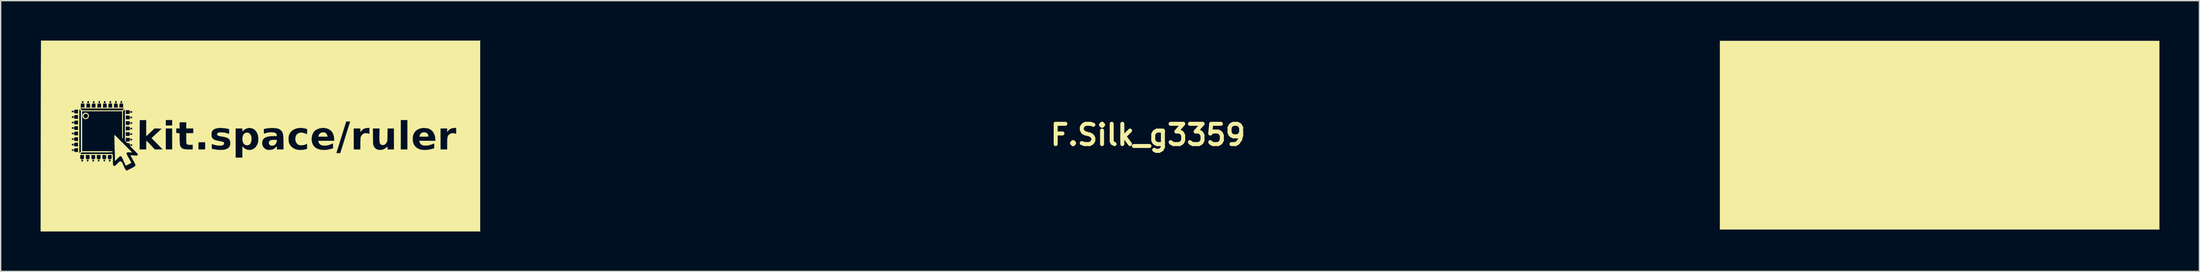
<source format=kicad_pcb>
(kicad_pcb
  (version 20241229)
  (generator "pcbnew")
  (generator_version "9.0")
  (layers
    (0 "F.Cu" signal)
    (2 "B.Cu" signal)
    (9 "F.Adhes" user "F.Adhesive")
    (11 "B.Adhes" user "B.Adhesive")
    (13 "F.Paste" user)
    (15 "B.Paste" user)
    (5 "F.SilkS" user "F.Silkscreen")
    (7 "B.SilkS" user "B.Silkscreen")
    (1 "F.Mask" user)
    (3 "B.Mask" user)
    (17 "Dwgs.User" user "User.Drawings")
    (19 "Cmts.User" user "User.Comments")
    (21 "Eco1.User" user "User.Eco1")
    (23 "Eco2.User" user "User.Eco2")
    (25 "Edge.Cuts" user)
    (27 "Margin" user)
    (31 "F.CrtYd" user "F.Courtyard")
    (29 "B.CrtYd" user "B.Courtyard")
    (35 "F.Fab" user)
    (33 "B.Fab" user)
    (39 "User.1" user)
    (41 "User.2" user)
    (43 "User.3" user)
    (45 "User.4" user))
  (footprint "F.Silk_g3359"
    (layer "F.Cu")
    (at 83.19 7.096)
    (property "Reference" "F.Silk_g3359" (at 0 0 0) (layer "F.SilkS") (effects (font (size 1.524 1.524) (thickness 0.3))))
    (attr through_hole)
    (fp_poly (pts (xy 75.988 7.112) (xy 42.968 7.112) (xy 42.968 -7.07) (xy 75.988 -7.07) (xy 75.988 7.112)) (stroke (width 0.01) (type solid)) (fill yes) (layer "F.SilkS"))
    (fp_poly (pts (xy -61.839 -0.175) (xy -61.753 -0.127) (xy -61.691 -0.044) (xy -61.65 0.069) (xy -61.637 0.127) (xy -62.319 0.127) (xy -62.305 0.069) (xy -62.258 -0.044) (xy -62.184 -0.124) (xy -62.082 -0.174) (xy -61.952 -0.19) (xy -61.949 -0.191) (xy -61.839 -0.175)) (stroke (width 0.01) (type solid)) (fill yes) (layer "F.SilkS"))
    (fp_poly (pts (xy -54.262 -0.176) (xy -54.191 -0.148) (xy -54.127 -0.088) (xy -54.08 -0.007) (xy -54.06 0.078) (xy -54.06 0.084) (xy -54.062 0.1) (xy -54.071 0.112) (xy -54.095 0.119) (xy -54.139 0.124) (xy -54.21 0.126) (xy -54.313 0.127) (xy -54.39 0.127) (xy -54.721 0.127) (xy -54.708 0.062) (xy -54.672 -0.03) (xy -54.61 -0.112) (xy -54.546 -0.159) (xy -54.462 -0.184) (xy -54.361 -0.19) (xy -54.262 -0.176)) (stroke (width 0.01) (type solid)) (fill yes) (layer "F.SilkS"))
    (fp_poly (pts (xy -65.447 0.451) (xy -65.464 0.539) (xy -65.506 0.632) (xy -65.566 0.714) (xy -65.615 0.757) (xy -65.686 0.791) (xy -65.774 0.804) (xy -65.801 0.804) (xy -65.875 0.801) (xy -65.924 0.786) (xy -65.966 0.754) (xy -65.978 0.742) (xy -66.028 0.668) (xy -66.041 0.586) (xy -66.021 0.509) (xy -65.97 0.443) (xy -65.893 0.401) (xy -65.868 0.394) (xy -65.815 0.388) (xy -65.736 0.383) (xy -65.645 0.381) (xy -65.625 0.381) (xy -65.447 0.381) (xy -65.447 0.451)) (stroke (width 0.01) (type solid)) (fill yes) (layer "F.SilkS"))
    (fp_poly (pts (xy -67.573 -0.149) (xy -67.484 -0.091) (xy -67.411 0.001) (xy -67.399 0.024) (xy -67.373 0.085) (xy -67.358 0.148) (xy -67.351 0.229) (xy -67.35 0.307) (xy -67.363 0.468) (xy -67.4 0.595) (xy -67.462 0.69) (xy -67.503 0.726) (xy -67.58 0.761) (xy -67.675 0.776) (xy -67.768 0.768) (xy -67.808 0.755) (xy -67.9 0.69) (xy -67.968 0.594) (xy -68.011 0.469) (xy -68.027 0.32) (xy -68.023 0.228) (xy -67.996 0.083) (xy -67.944 -0.03) (xy -67.868 -0.111) (xy -67.769 -0.158) (xy -67.675 -0.169) (xy -67.573 -0.149)) (stroke (width 0.01) (type solid)) (fill yes) (layer "F.SilkS"))
    (fp_poly (pts (xy -79.74 -1.664) (xy -79.655 -1.617) (xy -79.637 -1.6) (xy -79.591 -1.547) (xy -79.57 -1.496) (xy -79.566 -1.431) (xy -79.583 -1.33) (xy -79.635 -1.254) (xy -79.716 -1.205) (xy -79.78 -1.191) (xy -79.844 -1.188) (xy -79.89 -1.201) (xy -79.939 -1.236) (xy -79.953 -1.248) (xy -80.016 -1.327) (xy -80.043 -1.415) (xy -80.042 -1.433) (xy -79.97 -1.433) (xy -79.959 -1.366) (xy -79.917 -1.306) (xy -79.872 -1.273) (xy -79.811 -1.251) (xy -79.751 -1.262) (xy -79.728 -1.273) (xy -79.661 -1.328) (xy -79.631 -1.399) (xy -79.63 -1.422) (xy -79.638 -1.498) (xy -79.672 -1.549) (xy -79.718 -1.579) (xy -79.796 -1.602) (xy -79.864 -1.59) (xy -79.919 -1.553) (xy -79.955 -1.498) (xy -79.97 -1.433) (xy -80.042 -1.433) (xy -80.035 -1.503) (xy -79.992 -1.582) (xy -79.927 -1.636) (xy -79.832 -1.671) (xy -79.74 -1.664)) (stroke (width 0.01) (type solid)) (fill yes) (layer "F.SilkS"))
    (fp_poly (pts (xy -77.623 0.014) (xy -77.579 0.056) (xy -77.512 0.121) (xy -77.424 0.208) (xy -77.319 0.312) (xy -77.199 0.431) (xy -77.068 0.562) (xy -76.972 0.658) (xy -76.316 1.316) (xy -76.506 1.309) (xy -76.596 1.306) (xy -76.654 1.307) (xy -76.688 1.314) (xy -76.709 1.33) (xy -76.725 1.355) (xy -76.726 1.356) (xy -76.736 1.377) (xy -76.739 1.399) (xy -76.734 1.429) (xy -76.717 1.472) (xy -76.686 1.533) (xy -76.64 1.619) (xy -76.575 1.736) (xy -76.565 1.753) (xy -76.374 2.095) (xy -76.57 2.201) (xy -76.652 2.245) (xy -76.72 2.28) (xy -76.766 2.302) (xy -76.781 2.307) (xy -76.796 2.289) (xy -76.822 2.243) (xy -76.855 2.177) (xy -76.857 2.172) (xy -76.893 2.092) (xy -76.938 1.99) (xy -76.986 1.882) (xy -77.009 1.828) (xy -77.054 1.731) (xy -77.088 1.666) (xy -77.118 1.626) (xy -77.147 1.604) (xy -77.159 1.599) (xy -77.185 1.593) (xy -77.21 1.596) (xy -77.241 1.613) (xy -77.284 1.648) (xy -77.345 1.706) (xy -77.407 1.768) (xy -77.597 1.957) (xy -77.599 1.841) (xy -77.6 1.795) (xy -77.602 1.711) (xy -77.605 1.596) (xy -77.609 1.454) (xy -77.613 1.291) (xy -77.618 1.112) (xy -77.624 0.922) (xy -77.625 0.863) (xy -77.63 0.676) (xy -77.635 0.504) (xy -77.638 0.349) (xy -77.64 0.218) (xy -77.641 0.113) (xy -77.641 0.04) (xy -77.64 0.004) (xy -77.639 -0.000017) (xy -77.623 0.014)) (stroke (width 0.01) (type solid)) (fill yes) (layer "F.SilkS"))
    (fp_poly (pts (xy -50.165 7.26) (xy -83.185 7.26) (xy -83.185 5.403) (xy -83.185 5.209) (xy -83.185 4.975) (xy -83.184 4.705) (xy -83.184 4.4) (xy -83.184 4.064) (xy -83.183 3.699) (xy -83.182 3.308) (xy -83.182 2.894) (xy -83.181 2.46) (xy -83.18 2.007) (xy -83.18 1.923) (xy -80.137 1.923) (xy -80.132 1.971) (xy -80.123 1.997) (xy -80.084 2.01) (xy -80.036 2) (xy -80.014 1.985) (xy -79.994 1.945) (xy -79.99 1.923) (xy -79.714 1.923) (xy -79.706 1.981) (xy -79.68 2.006) (xy -79.64 2.006) (xy -79.607 1.988) (xy -79.591 1.939) (xy -79.591 1.931) (xy -79.59 1.903) (xy -79.311 1.903) (xy -79.301 1.971) (xy -79.27 2.003) (xy -79.229 2.007) (xy -79.189 1.994) (xy -79.171 1.959) (xy -79.167 1.931) (xy -79.167 1.923) (xy -78.888 1.923) (xy -78.881 1.981) (xy -78.855 2.006) (xy -78.815 2.006) (xy -78.781 1.988) (xy -78.766 1.939) (xy -78.765 1.931) (xy -78.765 1.923) (xy -78.465 1.923) (xy -78.458 1.981) (xy -78.432 2.006) (xy -78.392 2.006) (xy -78.358 1.988) (xy -78.343 1.939) (xy -78.342 1.931) (xy -78.342 1.923) (xy -78.063 1.923) (xy -78.058 1.971) (xy -78.049 1.997) (xy -78.01 2.01) (xy -77.962 2) (xy -77.94 1.985) (xy -77.919 1.945) (xy -77.915 1.911) (xy -77.921 1.878) (xy -77.948 1.865) (xy -77.989 1.863) (xy -78.038 1.866) (xy -78.059 1.884) (xy -78.063 1.923) (xy -78.342 1.923) (xy -78.341 1.884) (xy -78.358 1.866) (xy -78.4 1.863) (xy -78.446 1.868) (xy -78.463 1.891) (xy -78.465 1.923) (xy -78.765 1.923) (xy -78.764 1.884) (xy -78.782 1.866) (xy -78.823 1.863) (xy -78.869 1.868) (xy -78.886 1.891) (xy -78.888 1.923) (xy -79.167 1.923) (xy -79.166 1.886) (xy -79.182 1.867) (xy -79.227 1.863) (xy -79.236 1.863) (xy -79.288 1.867) (xy -79.309 1.886) (xy -79.311 1.903) (xy -79.59 1.903) (xy -79.59 1.884) (xy -79.607 1.866) (xy -79.649 1.863) (xy -79.695 1.868) (xy -79.712 1.891) (xy -79.714 1.923) (xy -79.99 1.923) (xy -79.989 1.911) (xy -79.995 1.878) (xy -80.022 1.865) (xy -80.063 1.863) (xy -80.113 1.866) (xy -80.133 1.884) (xy -80.137 1.923) (xy -83.18 1.923) (xy -83.179 1.726) (xy -80.218 1.726) (xy -80.208 1.779) (xy -80.189 1.807) (xy -80.14 1.832) (xy -80.071 1.841) (xy -80 1.832) (xy -79.966 1.82) (xy -79.944 1.801) (xy -79.932 1.769) (xy -79.926 1.712) (xy -79.925 1.649) (xy -79.925 1.503) (xy -79.798 1.503) (xy -79.798 1.65) (xy -79.796 1.733) (xy -79.788 1.783) (xy -79.772 1.811) (xy -79.761 1.819) (xy -79.701 1.837) (xy -79.625 1.839) (xy -79.557 1.826) (xy -79.543 1.82) (xy -79.521 1.801) (xy -79.508 1.769) (xy -79.503 1.712) (xy -79.502 1.659) (xy -79.375 1.659) (xy -79.373 1.742) (xy -79.368 1.792) (xy -79.355 1.818) (xy -79.338 1.828) (xy -79.283 1.835) (xy -79.215 1.832) (xy -79.151 1.821) (xy -79.106 1.804) (xy -79.097 1.796) (xy -79.088 1.761) (xy -79.083 1.698) (xy -79.084 1.64) (xy -79.089 1.513) (xy -79.331 1.503) (xy -78.973 1.503) (xy -78.973 1.65) (xy -78.971 1.733) (xy -78.963 1.783) (xy -78.946 1.811) (xy -78.936 1.819) (xy -78.876 1.837) (xy -78.799 1.839) (xy -78.731 1.826) (xy -78.717 1.82) (xy -78.695 1.801) (xy -78.683 1.769) (xy -78.677 1.712) (xy -78.677 1.65) (xy -78.677 1.649) (xy -78.549 1.649) (xy -78.547 1.732) (xy -78.539 1.782) (xy -78.523 1.81) (xy -78.512 1.819) (xy -78.454 1.837) (xy -78.381 1.839) (xy -78.314 1.828) (xy -78.288 1.814) (xy -78.267 1.791) (xy -78.257 1.751) (xy -78.257 1.726) (xy -78.143 1.726) (xy -78.133 1.779) (xy -78.115 1.807) (xy -78.066 1.832) (xy -77.996 1.841) (xy -77.926 1.832) (xy -77.892 1.82) (xy -77.87 1.801) (xy -77.857 1.769) (xy -77.852 1.712) (xy -77.851 1.649) (xy -77.851 1.501) (xy -78.137 1.513) (xy -78.143 1.643) (xy -78.143 1.726) (xy -78.257 1.726) (xy -78.256 1.684) (xy -78.257 1.65) (xy -78.264 1.513) (xy -78.549 1.501) (xy -78.549 1.649) (xy -78.677 1.649) (xy -78.677 1.503) (xy -78.973 1.503) (xy -79.331 1.503) (xy -79.375 1.501) (xy -79.375 1.659) (xy -79.502 1.659) (xy -79.502 1.65) (xy -79.502 1.503) (xy -79.798 1.503) (xy -79.925 1.503) (xy -79.925 1.501) (xy -80.211 1.513) (xy -80.217 1.643) (xy -80.218 1.726) (xy -83.179 1.726) (xy -83.179 1.54) (xy -83.179 1.439) (xy -80.23 1.439) (xy -77.793 1.439) (xy -77.78 1.505) (xy -77.775 1.55) (xy -77.77 1.627) (xy -77.767 1.728) (xy -77.765 1.842) (xy -77.764 1.892) (xy -77.763 2.036) (xy -77.759 2.143) (xy -77.752 2.22) (xy -77.741 2.272) (xy -77.724 2.306) (xy -77.701 2.326) (xy -77.675 2.338) (xy -77.65 2.344) (xy -77.625 2.341) (xy -77.594 2.324) (xy -77.552 2.29) (xy -77.492 2.233) (xy -77.416 2.158) (xy -77.343 2.087) (xy -77.282 2.031) (xy -77.238 1.995) (xy -77.217 1.983) (xy -77.216 1.985) (xy -77.198 2.004) (xy -77.157 2.011) (xy -77.134 2.013) (xy -77.114 2.023) (xy -77.092 2.047) (xy -77.067 2.09) (xy -77.034 2.158) (xy -76.989 2.256) (xy -76.959 2.323) (xy -76.898 2.456) (xy -76.85 2.552) (xy -76.811 2.617) (xy -76.781 2.653) (xy -76.769 2.661) (xy -76.73 2.681) (xy -76.712 2.688) (xy -76.691 2.679) (xy -76.64 2.653) (xy -76.564 2.614) (xy -76.469 2.566) (xy -76.389 2.524) (xy -76.263 2.459) (xy -76.169 2.406) (xy -76.105 2.36) (xy -76.07 2.314) (xy -76.062 2.26) (xy -76.08 2.193) (xy -76.121 2.106) (xy -76.184 1.991) (xy -76.232 1.907) (xy -76.305 1.778) (xy -76.358 1.682) (xy -76.395 1.613) (xy -76.417 1.568) (xy -76.426 1.542) (xy -76.423 1.53) (xy -76.411 1.528) (xy -76.391 1.532) (xy -76.388 1.532) (xy -76.345 1.538) (xy -76.272 1.545) (xy -76.182 1.552) (xy -76.134 1.556) (xy -75.931 1.568) (xy -75.877 1.438) (xy -76.176 1.134) (xy -76.209 1.101) (xy -75.756 1.101) (xy -75.248 1.101) (xy -75.248 0.773) (xy -75.247 0.66) (xy -75.244 0.565) (xy -75.24 0.493) (xy -75.235 0.453) (xy -75.232 0.447) (xy -75.213 0.462) (xy -75.17 0.504) (xy -75.108 0.568) (xy -75.03 0.649) (xy -74.941 0.743) (xy -74.912 0.775) (xy -74.608 1.101) (xy -74.011 1.101) (xy -74.095 1.011) (xy -74.134 0.969) (xy -74.198 0.903) (xy -74.28 0.819) (xy -74.374 0.722) (xy -74.476 0.618) (xy -74.513 0.58) (xy -74.849 0.24) (xy -74.465 -0.118) (xy -74.081 -0.476) (xy -74.359 -0.482) (xy -74.578 -0.487) (xy -73.787 -0.487) (xy -73.787 1.101) (xy -73.3 1.101) (xy -73.3 -0.487) (xy -73.006 -0.487) (xy -72.993 -0.138) (xy -72.874 -0.131) (xy -72.755 -0.125) (xy -72.747 0.313) (xy -72.744 0.461) (xy -72.74 0.574) (xy -72.736 0.658) (xy -72.73 0.719) (xy -72.722 0.766) (xy -72.71 0.804) (xy -72.694 0.84) (xy -72.686 0.856) (xy -72.638 0.935) (xy -72.581 0.995) (xy -72.507 1.04) (xy -72.413 1.07) (xy -72.29 1.089) (xy -72.135 1.098) (xy -72.035 1.099) (xy -71.755 1.101) (xy -71.755 0.741) (xy -71.946 0.741) (xy -72.039 0.74) (xy -72.101 0.735) (xy -72.141 0.725) (xy -72.17 0.707) (xy -72.19 0.689) (xy -72.208 0.669) (xy -72.222 0.648) (xy -72.231 0.619) (xy -72.237 0.576) (xy -72.238 0.55) (xy -71.332 0.55) (xy -71.332 1.101) (xy -70.824 1.101) (xy -70.824 0.55) (xy -71.332 0.55) (xy -72.238 0.55) (xy -72.24 0.512) (xy -72.242 0.42) (xy -72.242 0.294) (xy -72.242 0.255) (xy -72.242 -0.037) (xy -70.358 -0.037) (xy -70.35 0.086) (xy -70.323 0.187) (xy -70.273 0.269) (xy -70.197 0.334) (xy -70.091 0.386) (xy -69.95 0.429) (xy -69.771 0.465) (xy -69.756 0.468) (xy -69.652 0.487) (xy -69.561 0.507) (xy -69.491 0.527) (xy -69.453 0.542) (xy -69.414 0.589) (xy -69.407 0.651) (xy -69.429 0.714) (xy -69.452 0.74) (xy -69.522 0.78) (xy -69.624 0.801) (xy -69.751 0.806) (xy -69.896 0.793) (xy -70.054 0.763) (xy -70.216 0.717) (xy -70.301 0.687) (xy -70.319 0.683) (xy -70.329 0.694) (xy -70.334 0.727) (xy -70.334 0.789) (xy -70.332 0.86) (xy -70.326 1.047) (xy -70.199 1.075) (xy -70.001 1.111) (xy -69.802 1.131) (xy -69.613 1.135) (xy -69.442 1.123) (xy -69.301 1.095) (xy -69.292 1.093) (xy -69.151 1.033) (xy -69.046 0.951) (xy -68.975 0.845) (xy -68.938 0.714) (xy -68.932 0.614) (xy -68.942 0.494) (xy -68.971 0.396) (xy -69.024 0.316) (xy -69.103 0.251) (xy -69.213 0.199) (xy -69.357 0.157) (xy -69.539 0.122) (xy -69.578 0.116) (xy -69.701 0.096) (xy -69.789 0.077) (xy -69.849 0.057) (xy -69.887 0.034) (xy -69.911 0.004) (xy -69.913 0.000214) (xy -69.927 -0.063) (xy -69.901 -0.12) (xy -69.845 -0.161) (xy -69.777 -0.181) (xy -69.679 -0.189) (xy -69.56 -0.187) (xy -69.433 -0.175) (xy -69.306 -0.153) (xy -69.19 -0.122) (xy -69.189 -0.122) (xy -69.025 -0.068) (xy -69.025 -0.439) (xy -69.114 -0.462) (xy -69.245 -0.487) (xy -68.538 -0.487) (xy -68.538 1.714) (xy -68.03 1.714) (xy -68.03 1.376) (xy -60.978 1.376) (xy -60.673 1.376) (xy -60.305 0.196) (xy -60.238 -0.019) (xy -60.175 -0.222) (xy -60.116 -0.409) (xy -60.092 -0.487) (xy -59.669 -0.487) (xy -59.669 1.101) (xy -59.161 1.101) (xy -59.161 0.672) (xy -59.16 0.536) (xy -59.157 0.41) (xy -59.152 0.3) (xy -59.146 0.217) (xy -59.139 0.167) (xy -59.138 0.163) (xy -59.098 0.076) (xy -59.033 -0.009) (xy -58.955 -0.075) (xy -58.913 -0.098) (xy -58.822 -0.121) (xy -58.713 -0.124) (xy -58.604 -0.109) (xy -58.563 -0.097) (xy -58.483 -0.068) (xy -58.483 -0.487) (xy -58.232 -0.487) (xy -58.225 0.122) (xy -58.223 0.299) (xy -58.221 0.439) (xy -58.219 0.548) (xy -58.215 0.631) (xy -58.21 0.693) (xy -58.203 0.74) (xy -58.194 0.777) (xy -58.182 0.81) (xy -58.17 0.839) (xy -58.101 0.956) (xy -58.014 1.04) (xy -57.899 1.1) (xy -57.887 1.104) (xy -57.749 1.134) (xy -57.6 1.132) (xy -57.458 1.099) (xy -57.421 1.085) (xy -57.345 1.043) (xy -57.267 0.988) (xy -57.24 0.965) (xy -57.191 0.923) (xy -57.154 0.895) (xy -57.142 0.889) (xy -57.135 0.908) (xy -57.13 0.957) (xy -57.129 0.995) (xy -57.129 1.101) (xy -56.642 1.101) (xy -56.642 -0.487) (xy -57.124 -0.487) (xy -57.132 -0.016) (xy -57.135 0.138) (xy -57.138 0.256) (xy -57.141 0.344) (xy -57.147 0.41) (xy -57.154 0.458) (xy -57.165 0.497) (xy -57.179 0.531) (xy -57.193 0.56) (xy -57.255 0.657) (xy -57.328 0.719) (xy -57.422 0.751) (xy -57.463 0.757) (xy -57.531 0.76) (xy -57.578 0.749) (xy -57.623 0.717) (xy -57.636 0.705) (xy -57.67 0.672) (xy -57.692 0.639) (xy -57.706 0.595) (xy -57.716 0.528) (xy -57.724 0.454) (xy -57.729 0.367) (xy -57.732 0.25) (xy -57.733 0.115) (xy -57.731 -0.026) (xy -57.728 -0.111) (xy -57.715 -0.487) (xy -58.232 -0.487) (xy -58.483 -0.487) (xy -58.483 -0.535) (xy -58.648 -0.525) (xy -58.786 -0.507) (xy -58.897 -0.469) (xy -58.995 -0.405) (xy -59.072 -0.33) (xy -59.161 -0.234) (xy -59.161 -0.487) (xy -59.669 -0.487) (xy -60.092 -0.487) (xy -60.063 -0.577) (xy -60.018 -0.722) (xy -59.98 -0.84) (xy -59.952 -0.928) (xy -59.935 -0.983) (xy -59.929 -1) (xy -59.944 -1.008) (xy -59.992 -1.013) (xy -60.062 -1.016) (xy -60.076 -1.016) (xy -60.232 -1.016) (xy -60.557 0.026) (xy -60.622 0.234) (xy -60.684 0.433) (xy -60.743 0.621) (xy -60.796 0.791) (xy -60.842 0.94) (xy -60.881 1.064) (xy -60.91 1.157) (xy -60.928 1.215) (xy -60.93 1.222) (xy -60.978 1.376) (xy -68.03 1.376) (xy -68.03 0.868) (xy -67.943 0.955) (xy -67.817 1.053) (xy -67.679 1.114) (xy -67.533 1.139) (xy -67.387 1.129) (xy -67.246 1.084) (xy -67.117 1.005) (xy -67.006 0.893) (xy -66.972 0.845) (xy -66.894 0.692) (xy -66.865 0.592) (xy -66.55 0.592) (xy -66.538 0.737) (xy -66.491 0.867) (xy -66.412 0.976) (xy -66.317 1.052) (xy -66.247 1.09) (xy -66.183 1.119) (xy -66.149 1.129) (xy -66.059 1.136) (xy -65.951 1.131) (xy -65.841 1.117) (xy -65.747 1.095) (xy -65.715 1.083) (xy -65.645 1.043) (xy -65.57 0.986) (xy -65.534 0.952) (xy -65.447 0.863) (xy -65.447 1.101) (xy -64.939 1.101) (xy -64.939 0.607) (xy -64.941 0.405) (xy -64.945 0.247) (xy -64.567 0.247) (xy -64.566 0.402) (xy -64.546 0.547) (xy -64.518 0.639) (xy -64.439 0.787) (xy -64.327 0.912) (xy -64.188 1.012) (xy -64.026 1.085) (xy -63.846 1.129) (xy -63.652 1.142) (xy -63.455 1.122) (xy -63.369 1.105) (xy -63.283 1.085) (xy -63.251 1.077) (xy -63.161 1.053) (xy -63.161 0.853) (xy -63.163 0.768) (xy -63.167 0.702) (xy -63.173 0.666) (xy -63.177 0.661) (xy -63.275 0.71) (xy -63.35 0.742) (xy -63.413 0.761) (xy -63.479 0.77) (xy -63.56 0.772) (xy -63.588 0.772) (xy -63.68 0.771) (xy -63.742 0.766) (xy -63.788 0.753) (xy -63.831 0.73) (xy -63.861 0.709) (xy -63.955 0.62) (xy -64.016 0.508) (xy -64.045 0.369) (xy -64.047 0.346) (xy -64.046 0.328) (xy -62.835 0.328) (xy -62.817 0.506) (xy -62.766 0.676) (xy -62.757 0.697) (xy -62.674 0.835) (xy -62.559 0.948) (xy -62.414 1.036) (xy -62.244 1.098) (xy -62.051 1.132) (xy -61.839 1.137) (xy -61.669 1.121) (xy -61.568 1.103) (xy -61.454 1.078) (xy -61.367 1.055) (xy -61.214 1.01) (xy -61.214 0.822) (xy -61.215 0.739) (xy -61.217 0.675) (xy -61.22 0.639) (xy -61.222 0.635) (xy -61.244 0.643) (xy -61.293 0.663) (xy -61.347 0.687) (xy -61.524 0.753) (xy -61.693 0.792) (xy -61.85 0.806) (xy -61.99 0.795) (xy -62.111 0.76) (xy -62.207 0.701) (xy -62.274 0.619) (xy -62.308 0.519) (xy -62.32 0.445) (xy -61.123 0.445) (xy -61.135 0.259) (xy -61.163 0.06) (xy -61.223 -0.111) (xy -61.314 -0.254) (xy -61.438 -0.37) (xy -61.563 -0.446) (xy -61.719 -0.502) (xy -61.889 -0.528) (xy -62.066 -0.525) (xy -62.24 -0.494) (xy -62.401 -0.437) (xy -62.542 -0.356) (xy -62.611 -0.296) (xy -62.709 -0.17) (xy -62.78 -0.018) (xy -62.822 0.151) (xy -62.835 0.328) (xy -64.046 0.328) (xy -64.041 0.202) (xy -64.007 0.075) (xy -63.946 -0.027) (xy -63.913 -0.06) (xy -63.799 -0.133) (xy -63.668 -0.168) (xy -63.519 -0.164) (xy -63.353 -0.123) (xy -63.177 -0.047) (xy -63.17 -0.063) (xy -63.165 -0.113) (xy -63.162 -0.187) (xy -63.161 -0.24) (xy -63.161 -0.441) (xy -63.23 -0.463) (xy -63.44 -0.513) (xy -63.644 -0.53) (xy -63.839 -0.517) (xy -64.02 -0.474) (xy -64.182 -0.404) (xy -64.321 -0.306) (xy -64.433 -0.184) (xy -64.513 -0.038) (xy -64.516 -0.031) (xy -64.551 0.097) (xy -64.567 0.247) (xy -64.945 0.247) (xy -64.945 0.239) (xy -64.952 0.105) (xy -64.964 -0.002) (xy -64.98 -0.089) (xy -65.001 -0.159) (xy -65.025 -0.214) (xy -65.093 -0.309) (xy -65.191 -0.394) (xy -65.304 -0.459) (xy -65.347 -0.475) (xy -65.464 -0.502) (xy -65.61 -0.518) (xy -65.776 -0.524) (xy -65.949 -0.519) (xy -66.12 -0.504) (xy -66.276 -0.479) (xy -66.342 -0.464) (xy -66.421 -0.443) (xy -66.421 -0.264) (xy -66.42 -0.183) (xy -66.417 -0.121) (xy -66.413 -0.088) (xy -66.411 -0.085) (xy -66.387 -0.091) (xy -66.334 -0.108) (xy -66.262 -0.131) (xy -66.243 -0.138) (xy -66.151 -0.165) (xy -66.064 -0.181) (xy -65.965 -0.189) (xy -65.872 -0.191) (xy -65.728 -0.186) (xy -65.62 -0.17) (xy -65.543 -0.141) (xy -65.493 -0.095) (xy -65.463 -0.031) (xy -65.454 0.009) (xy -65.442 0.085) (xy -65.693 0.085) (xy -65.921 0.095) (xy -66.112 0.123) (xy -66.266 0.17) (xy -66.386 0.236) (xy -66.471 0.323) (xy -66.523 0.429) (xy -66.526 0.44) (xy -66.55 0.592) (xy -66.865 0.592) (xy -66.846 0.525) (xy -66.825 0.351) (xy -66.832 0.176) (xy -66.865 0.008) (xy -66.923 -0.148) (xy -67.005 -0.283) (xy -67.11 -0.392) (xy -67.157 -0.425) (xy -67.288 -0.492) (xy -67.419 -0.523) (xy -67.554 -0.524) (xy -67.706 -0.493) (xy -67.847 -0.423) (xy -67.946 -0.346) (xy -68.03 -0.27) (xy -68.03 -0.487) (xy -68.538 -0.487) (xy -69.245 -0.487) (xy -69.31 -0.499) (xy -69.519 -0.521) (xy -69.72 -0.525) (xy -69.763 -0.524) (xy -69.947 -0.503) (xy -70.095 -0.461) (xy -70.208 -0.399) (xy -70.289 -0.313) (xy -70.338 -0.203) (xy -70.357 -0.067) (xy -70.358 -0.037) (xy -72.242 -0.037) (xy -72.242 -0.127) (xy -71.713 -0.127) (xy -71.713 -0.487) (xy -72.242 -0.487) (xy -72.242 -0.953) (xy -72.75 -0.953) (xy -72.75 -0.487) (xy -73.006 -0.487) (xy -73.3 -0.487) (xy -73.787 -0.487) (xy -74.578 -0.487) (xy -74.637 -0.488) (xy -74.942 -0.199) (xy -75.248 0.09) (xy -75.248 -1.122) (xy -73.787 -1.122) (xy -73.787 -0.699) (xy -73.3 -0.699) (xy -73.3 -1.122) (xy -56.134 -1.122) (xy -56.134 1.101) (xy -55.626 1.101) (xy -55.626 0.222) (xy -55.239 0.222) (xy -55.236 0.424) (xy -55.198 0.604) (xy -55.127 0.761) (xy -55.025 0.893) (xy -54.894 0.999) (xy -54.736 1.077) (xy -54.553 1.125) (xy -54.346 1.142) (xy -54.119 1.127) (xy -54.081 1.121) (xy -53.988 1.104) (xy -53.879 1.08) (xy -53.779 1.055) (xy -53.615 1.011) (xy -53.615 0.823) (xy -53.616 0.74) (xy -53.618 0.675) (xy -53.621 0.639) (xy -53.623 0.635) (xy -53.645 0.643) (xy -53.694 0.663) (xy -53.753 0.689) (xy -53.919 0.75) (xy -54.084 0.788) (xy -54.243 0.804) (xy -54.387 0.796) (xy -54.511 0.765) (xy -54.607 0.711) (xy -54.617 0.703) (xy -54.675 0.627) (xy -54.718 0.525) (xy -54.724 0.503) (xy -54.738 0.445) (xy -53.531 0.445) (xy -53.531 0.355) (xy -53.547 0.157) (xy -53.596 -0.022) (xy -53.673 -0.18) (xy -53.776 -0.312) (xy -53.904 -0.413) (xy -54.013 -0.467) (xy -54.086 -0.487) (xy -53.15 -0.487) (xy -53.15 1.101) (xy -52.642 1.101) (xy -52.642 0.681) (xy -52.64 0.503) (xy -52.635 0.362) (xy -52.626 0.251) (xy -52.611 0.165) (xy -52.59 0.097) (xy -52.56 0.043) (xy -52.522 -0.003) (xy -52.508 -0.017) (xy -52.408 -0.085) (xy -52.289 -0.122) (xy -52.158 -0.124) (xy -52.044 -0.097) (xy -51.964 -0.068) (xy -51.964 -0.535) (xy -52.128 -0.525) (xy -52.268 -0.507) (xy -52.381 -0.468) (xy -52.479 -0.402) (xy -52.554 -0.326) (xy -52.642 -0.227) (xy -52.642 -0.487) (xy -53.15 -0.487) (xy -54.086 -0.487) (xy -54.138 -0.501) (xy -54.284 -0.521) (xy -54.434 -0.526) (xy -54.571 -0.514) (xy -54.593 -0.509) (xy -54.778 -0.452) (xy -54.934 -0.365) (xy -55.06 -0.249) (xy -55.154 -0.105) (xy -55.214 0.064) (xy -55.239 0.222) (xy -55.626 0.222) (xy -55.626 -1.122) (xy -56.134 -1.122) (xy -73.3 -1.122) (xy -73.787 -1.122) (xy -75.248 -1.122) (xy -75.248 -1.123) (xy -75.496 -1.117) (xy -75.745 -1.111) (xy -75.75 -0.005) (xy -75.756 1.101) (xy -76.209 1.101) (xy -76.278 1.03) (xy -76.354 0.951) (xy -76.407 0.892) (xy -76.442 0.848) (xy -76.462 0.814) (xy -76.472 0.785) (xy -76.475 0.762) (xy -76.454 0.762) (xy -76.45 0.805) (xy -76.428 0.822) (xy -76.382 0.826) (xy -76.324 0.816) (xy -76.298 0.794) (xy -76.294 0.741) (xy -76.326 0.709) (xy -76.382 0.699) (xy -76.431 0.702) (xy -76.451 0.721) (xy -76.454 0.762) (xy -76.475 0.762) (xy -76.475 0.756) (xy -76.475 0.747) (xy -76.484 0.673) (xy -76.516 0.631) (xy -76.576 0.615) (xy -76.602 0.614) (xy -76.665 0.604) (xy -76.724 0.581) (xy -76.763 0.549) (xy -76.772 0.528) (xy -76.752 0.517) (xy -76.702 0.51) (xy -76.647 0.508) (xy -76.561 0.503) (xy -76.508 0.483) (xy -76.483 0.441) (xy -76.478 0.369) (xy -76.479 0.348) (xy -76.454 0.348) (xy -76.451 0.398) (xy -76.433 0.419) (xy -76.393 0.423) (xy -76.339 0.412) (xy -76.304 0.39) (xy -76.289 0.347) (xy -76.31 0.309) (xy -76.361 0.284) (xy -76.387 0.279) (xy -76.432 0.278) (xy -76.45 0.294) (xy -76.454 0.34) (xy -76.454 0.348) (xy -76.479 0.348) (xy -76.479 0.335) (xy -76.486 0.222) (xy -76.639 0.216) (xy -76.793 0.21) (xy -76.793 0.361) (xy -76.794 0.439) (xy -76.798 0.482) (xy -76.807 0.496) (xy -76.823 0.488) (xy -76.824 0.487) (xy -76.831 0.477) (xy -76.837 0.457) (xy -76.842 0.424) (xy -76.846 0.374) (xy -76.849 0.305) (xy -76.852 0.214) (xy -76.853 0.096) (xy -76.855 -0.051) (xy -76.855 -0.212) (xy -76.793 -0.212) (xy -76.793 0.085) (xy -76.659 0.085) (xy -76.583 0.081) (xy -76.525 0.07) (xy -76.501 0.059) (xy -76.485 0.022) (xy -76.477 -0.039) (xy -76.476 -0.064) (xy -76.454 -0.064) (xy -76.45 -0.02) (xy -76.428 -0.003) (xy -76.382 0) (xy -76.324 -0.009) (xy -76.298 -0.032) (xy -76.294 -0.084) (xy -76.326 -0.117) (xy -76.382 -0.127) (xy -76.431 -0.123) (xy -76.451 -0.104) (xy -76.454 -0.064) (xy -76.476 -0.064) (xy -76.476 -0.108) (xy -76.484 -0.167) (xy -76.488 -0.178) (xy -76.505 -0.197) (xy -76.545 -0.207) (xy -76.615 -0.211) (xy -76.647 -0.212) (xy -76.793 -0.212) (xy -76.855 -0.212) (xy -76.856 -0.23) (xy -76.856 -0.444) (xy -76.856 -0.635) (xy -76.793 -0.635) (xy -76.793 -0.337) (xy -76.639 -0.343) (xy -76.486 -0.349) (xy -76.479 -0.462) (xy -76.479 -0.492) (xy -76.454 -0.492) (xy -76.45 -0.443) (xy -76.44 -0.416) (xy -76.4 -0.403) (xy -76.345 -0.415) (xy -76.315 -0.433) (xy -76.29 -0.469) (xy -76.3 -0.507) (xy -76.341 -0.535) (xy -76.387 -0.546) (xy -76.434 -0.547) (xy -76.451 -0.529) (xy -76.454 -0.492) (xy -76.479 -0.492) (xy -76.479 -0.545) (xy -76.495 -0.596) (xy -76.535 -0.623) (xy -76.605 -0.634) (xy -76.658 -0.635) (xy -76.793 -0.635) (xy -76.856 -0.635) (xy -76.856 -0.697) (xy -76.856 -0.737) (xy -76.856 -0.741) (xy -76.793 -0.741) (xy -76.658 -0.741) (xy -76.563 -0.746) (xy -76.508 -0.762) (xy -76.498 -0.771) (xy -76.484 -0.81) (xy -76.478 -0.876) (xy -76.479 -0.889) (xy -76.454 -0.889) (xy -76.449 -0.844) (xy -76.424 -0.827) (xy -76.393 -0.826) (xy -76.339 -0.836) (xy -76.306 -0.857) (xy -76.287 -0.901) (xy -76.306 -0.934) (xy -76.358 -0.951) (xy -76.379 -0.953) (xy -76.429 -0.949) (xy -76.45 -0.931) (xy -76.454 -0.889) (xy -76.479 -0.889) (xy -76.479 -0.914) (xy -76.486 -1.027) (xy -76.639 -1.033) (xy -76.793 -1.039) (xy -76.793 -0.741) (xy -76.856 -0.741) (xy -76.856 -1.46) (xy -76.793 -1.46) (xy -76.793 -1.162) (xy -76.639 -1.169) (xy -76.486 -1.175) (xy -76.479 -1.288) (xy -76.479 -1.312) (xy -76.454 -1.312) (xy -76.45 -1.269) (xy -76.428 -1.252) (xy -76.382 -1.249) (xy -76.324 -1.258) (xy -76.298 -1.281) (xy -76.294 -1.333) (xy -76.326 -1.366) (xy -76.382 -1.376) (xy -76.431 -1.372) (xy -76.451 -1.353) (xy -76.454 -1.312) (xy -76.479 -1.312) (xy -76.479 -1.37) (xy -76.495 -1.422) (xy -76.535 -1.449) (xy -76.605 -1.459) (xy -76.658 -1.46) (xy -76.793 -1.46) (xy -76.856 -1.46) (xy -76.856 -1.566) (xy -76.793 -1.566) (xy -76.67 -1.566) (xy -76.596 -1.571) (xy -76.535 -1.582) (xy -76.51 -1.593) (xy -76.487 -1.62) (xy -76.478 -1.665) (xy -76.479 -1.726) (xy -76.454 -1.726) (xy -76.451 -1.676) (xy -76.433 -1.655) (xy -76.393 -1.651) (xy -76.339 -1.662) (xy -76.304 -1.685) (xy -76.289 -1.727) (xy -76.31 -1.766) (xy -76.361 -1.791) (xy -76.387 -1.795) (xy -76.432 -1.796) (xy -76.45 -1.78) (xy -76.454 -1.735) (xy -76.454 -1.726) (xy -76.479 -1.726) (xy -76.479 -1.736) (xy -76.486 -1.852) (xy -76.639 -1.858) (xy -76.793 -1.865) (xy -76.793 -1.566) (xy -76.856 -1.566) (xy -76.856 -1.934) (xy -76.93 -1.863) (xy -77.004 -1.791) (xy -77.004 -0.745) (xy -77.004 -0.506) (xy -77.005 -0.306) (xy -77.006 -0.142) (xy -77.007 -0.011) (xy -77.009 0.091) (xy -77.011 0.167) (xy -77.015 0.221) (xy -77.019 0.255) (xy -77.024 0.273) (xy -77.031 0.278) (xy -77.036 0.275) (xy -77.044 0.264) (xy -77.05 0.243) (xy -77.055 0.208) (xy -77.059 0.156) (xy -77.062 0.083) (xy -77.064 -0.014) (xy -77.066 -0.139) (xy -77.067 -0.296) (xy -77.068 -0.487) (xy -77.068 -0.716) (xy -77.068 -0.765) (xy -77.068 -1.778) (xy -80.073 -1.778) (xy -80.073 1.228) (xy -78.93 1.228) (xy -78.682 1.228) (xy -78.472 1.228) (xy -78.298 1.228) (xy -78.156 1.229) (xy -78.043 1.23) (xy -77.956 1.232) (xy -77.892 1.235) (xy -77.846 1.239) (xy -77.816 1.243) (xy -77.799 1.249) (xy -77.79 1.256) (xy -77.788 1.265) (xy -77.787 1.27) (xy -77.788 1.279) (xy -77.793 1.287) (xy -77.805 1.293) (xy -77.827 1.299) (xy -77.863 1.303) (xy -77.916 1.306) (xy -77.989 1.308) (xy -78.086 1.31) (xy -78.21 1.311) (xy -78.364 1.312) (xy -78.552 1.312) (xy -78.776 1.312) (xy -78.948 1.312) (xy -80.108 1.312) (xy -80.23 1.439) (xy -83.179 1.439) (xy -83.178 1.384) (xy -80.285 1.384) (xy -80.222 1.323) (xy -80.158 1.262) (xy -80.158 -1.812) (xy -80.285 -1.934) (xy -80.285 1.384) (xy -83.178 1.384) (xy -83.178 1.164) (xy -80.853 1.164) (xy -80.821 1.197) (xy -80.773 1.206) (xy -80.727 1.201) (xy -80.711 1.177) (xy -80.709 1.143) (xy -80.687 1.143) (xy -80.681 1.216) (xy -80.658 1.26) (xy -80.61 1.283) (xy -80.53 1.291) (xy -80.507 1.291) (xy -80.37 1.291) (xy -80.37 0.995) (xy -80.507 0.995) (xy -80.595 1) (xy -80.65 1.019) (xy -80.678 1.058) (xy -80.687 1.124) (xy -80.687 1.143) (xy -80.709 1.143) (xy -80.714 1.098) (xy -80.738 1.082) (xy -80.773 1.079) (xy -80.825 1.089) (xy -80.849 1.111) (xy -80.853 1.164) (xy -83.178 1.164) (xy -83.178 1.06) (xy -83.177 0.717) (xy -80.853 0.717) (xy -80.845 0.77) (xy -80.801 0.799) (xy -80.756 0.804) (xy -80.724 0.798) (xy -80.711 0.771) (xy -80.709 0.729) (xy -80.709 0.719) (xy -80.687 0.719) (xy -80.685 0.793) (xy -80.671 0.837) (xy -80.638 0.859) (xy -80.576 0.867) (xy -80.516 0.868) (xy -80.37 0.868) (xy -80.37 0.572) (xy -80.495 0.572) (xy -80.589 0.578) (xy -80.647 0.602) (xy -80.678 0.646) (xy -80.687 0.718) (xy -80.687 0.719) (xy -80.709 0.719) (xy -80.711 0.679) (xy -80.728 0.66) (xy -80.769 0.659) (xy -80.777 0.66) (xy -80.828 0.672) (xy -80.85 0.702) (xy -80.853 0.717) (xy -83.177 0.717) (xy -83.177 0.57) (xy -83.176 0.305) (xy -80.855 0.305) (xy -80.849 0.349) (xy -80.82 0.373) (xy -80.773 0.381) (xy -80.727 0.376) (xy -80.711 0.352) (xy -80.709 0.318) (xy -80.71 0.302) (xy -80.687 0.302) (xy -80.682 0.382) (xy -80.661 0.431) (xy -80.617 0.456) (xy -80.542 0.465) (xy -80.507 0.466) (xy -80.37 0.466) (xy -80.37 0.169) (xy -80.503 0.169) (xy -80.593 0.174) (xy -80.648 0.19) (xy -80.677 0.224) (xy -80.687 0.282) (xy -80.687 0.302) (xy -80.71 0.302) (xy -80.714 0.273) (xy -80.738 0.256) (xy -80.773 0.254) (xy -80.83 0.268) (xy -80.855 0.305) (xy -83.176 0.305) (xy -83.176 0.074) (xy -83.175 -0.118) (xy -80.855 -0.118) (xy -80.849 -0.074) (xy -80.82 -0.05) (xy -80.773 -0.042) (xy -80.727 -0.047) (xy -80.711 -0.072) (xy -80.709 -0.09) (xy -80.687 -0.09) (xy -80.681 -0.026) (xy -80.658 0.014) (xy -80.611 0.035) (xy -80.531 0.042) (xy -80.503 0.042) (xy -80.37 0.042) (xy -80.37 -0.254) (xy -80.507 -0.254) (xy -80.595 -0.249) (xy -80.649 -0.23) (xy -80.677 -0.19) (xy -80.687 -0.122) (xy -80.687 -0.09) (xy -80.709 -0.09) (xy -80.709 -0.106) (xy -80.714 -0.151) (xy -80.738 -0.167) (xy -80.773 -0.169) (xy -80.83 -0.156) (xy -80.855 -0.118) (xy -83.175 -0.118) (xy -83.174 -0.427) (xy -83.174 -0.52) (xy -80.857 -0.52) (xy -80.849 -0.471) (xy -80.82 -0.449) (xy -80.768 -0.445) (xy -80.728 -0.449) (xy -80.712 -0.471) (xy -80.709 -0.508) (xy -80.687 -0.508) (xy -80.679 -0.436) (xy -80.648 -0.391) (xy -80.59 -0.367) (xy -80.498 -0.36) (xy -80.495 -0.36) (xy -80.37 -0.36) (xy -80.37 -0.656) (xy -80.516 -0.656) (xy -80.6 -0.654) (xy -80.652 -0.642) (xy -80.677 -0.613) (xy -80.686 -0.56) (xy -80.687 -0.508) (xy -80.709 -0.508) (xy -80.709 -0.519) (xy -80.713 -0.57) (xy -80.732 -0.591) (xy -80.749 -0.593) (xy -80.818 -0.581) (xy -80.853 -0.545) (xy -80.857 -0.52) (xy -83.174 -0.52) (xy -83.173 -0.929) (xy -83.173 -0.943) (xy -80.855 -0.943) (xy -80.849 -0.9) (xy -80.82 -0.876) (xy -80.773 -0.868) (xy -80.727 -0.873) (xy -80.711 -0.897) (xy -80.709 -0.931) (xy -80.687 -0.931) (xy -80.681 -0.859) (xy -80.658 -0.814) (xy -80.61 -0.791) (xy -80.53 -0.783) (xy -80.507 -0.783) (xy -80.37 -0.783) (xy -80.37 -1.079) (xy -80.507 -1.079) (xy -80.595 -1.075) (xy -80.65 -1.056) (xy -80.678 -1.016) (xy -80.687 -0.951) (xy -80.687 -0.931) (xy -80.709 -0.931) (xy -80.714 -0.976) (xy -80.738 -0.993) (xy -80.773 -0.995) (xy -80.83 -0.981) (xy -80.855 -0.943) (xy -83.173 -0.943) (xy -83.172 -1.357) (xy -80.853 -1.357) (xy -80.845 -1.305) (xy -80.801 -1.276) (xy -80.756 -1.27) (xy -80.724 -1.277) (xy -80.711 -1.304) (xy -80.709 -1.345) (xy -80.709 -1.355) (xy -80.687 -1.355) (xy -80.685 -1.282) (xy -80.671 -1.237) (xy -80.638 -1.215) (xy -80.576 -1.207) (xy -80.516 -1.206) (xy -80.37 -1.206) (xy -80.37 -1.503) (xy -80.495 -1.503) (xy -80.589 -1.496) (xy -80.647 -1.473) (xy -80.678 -1.428) (xy -80.687 -1.357) (xy -80.687 -1.355) (xy -80.709 -1.355) (xy -80.711 -1.395) (xy -80.728 -1.415) (xy -80.769 -1.415) (xy -80.777 -1.414) (xy -80.828 -1.402) (xy -80.85 -1.372) (xy -80.853 -1.357) (xy -83.172 -1.357) (xy -83.172 -1.43) (xy -83.171 -1.771) (xy -80.857 -1.771) (xy -80.849 -1.721) (xy -80.821 -1.698) (xy -80.768 -1.693) (xy -80.726 -1.699) (xy -80.71 -1.725) (xy -80.709 -1.757) (xy -80.71 -1.772) (xy -80.687 -1.772) (xy -80.682 -1.693) (xy -80.661 -1.643) (xy -80.617 -1.618) (xy -80.542 -1.609) (xy -80.507 -1.609) (xy -80.37 -1.609) (xy -80.37 -1.905) (xy -80.503 -1.905) (xy -80.593 -1.901) (xy -80.648 -1.884) (xy -80.677 -1.85) (xy -80.687 -1.793) (xy -80.687 -1.772) (xy -80.71 -1.772) (xy -80.713 -1.799) (xy -80.734 -1.817) (xy -80.783 -1.82) (xy -80.833 -1.816) (xy -80.853 -1.798) (xy -80.857 -1.771) (xy -83.171 -1.771) (xy -83.171 -1.773) (xy -83.17 -1.99) (xy -80.23 -1.99) (xy -80.158 -1.916) (xy -80.086 -1.841) (xy -77.055 -1.841) (xy -76.983 -1.916) (xy -76.911 -1.99) (xy -80.23 -1.99) (xy -83.17 -1.99) (xy -83.17 -2.053) (xy -80.181 -2.053) (xy -79.881 -2.053) (xy -79.758 -2.053) (xy -79.46 -2.053) (xy -79.46 -2.188) (xy -79.354 -2.188) (xy -79.354 -2.053) (xy -79.056 -2.053) (xy -78.932 -2.053) (xy -78.632 -2.053) (xy -78.509 -2.053) (xy -78.211 -2.053) (xy -78.211 -2.188) (xy -78.105 -2.188) (xy -78.105 -2.053) (xy -77.807 -2.053) (xy -77.684 -2.053) (xy -77.385 -2.053) (xy -77.385 -2.188) (xy -77.279 -2.188) (xy -77.279 -2.053) (xy -76.981 -2.053) (xy -76.994 -2.36) (xy -77.107 -2.367) (xy -77.189 -2.367) (xy -77.241 -2.351) (xy -77.268 -2.311) (xy -77.278 -2.241) (xy -77.279 -2.188) (xy -77.385 -2.188) (xy -77.39 -2.278) (xy -77.407 -2.333) (xy -77.445 -2.361) (xy -77.509 -2.368) (xy -77.558 -2.367) (xy -77.671 -2.36) (xy -77.684 -2.053) (xy -77.807 -2.053) (xy -77.819 -2.36) (xy -77.932 -2.367) (xy -78.015 -2.367) (xy -78.066 -2.351) (xy -78.093 -2.311) (xy -78.104 -2.241) (xy -78.105 -2.188) (xy -78.211 -2.188) (xy -78.215 -2.278) (xy -78.232 -2.333) (xy -78.27 -2.361) (xy -78.335 -2.368) (xy -78.384 -2.367) (xy -78.497 -2.36) (xy -78.509 -2.053) (xy -78.632 -2.053) (xy -78.645 -2.36) (xy -78.92 -2.36) (xy -78.932 -2.053) (xy -79.056 -2.053) (xy -79.062 -2.207) (xy -79.068 -2.36) (xy -79.181 -2.367) (xy -79.263 -2.367) (xy -79.315 -2.351) (xy -79.342 -2.311) (xy -79.353 -2.241) (xy -79.354 -2.188) (xy -79.46 -2.188) (xy -79.464 -2.278) (xy -79.481 -2.333) (xy -79.519 -2.361) (xy -79.584 -2.368) (xy -79.633 -2.367) (xy -79.745 -2.36) (xy -79.758 -2.053) (xy -79.881 -2.053) (xy -79.887 -2.207) (xy -79.894 -2.36) (xy -80.169 -2.36) (xy -80.181 -2.053) (xy -83.17 -2.053) (xy -83.169 -2.464) (xy -80.095 -2.464) (xy -80.091 -2.415) (xy -80.072 -2.395) (xy -80.031 -2.392) (xy -79.988 -2.396) (xy -79.971 -2.417) (xy -79.969 -2.448) (xy -79.689 -2.448) (xy -79.669 -2.407) (xy -79.615 -2.392) (xy -79.608 -2.392) (xy -79.563 -2.397) (xy -79.553 -2.411) (xy -79.267 -2.411) (xy -79.251 -2.394) (xy -79.205 -2.395) (xy -79.202 -2.396) (xy -79.148 -2.409) (xy -79.126 -2.439) (xy -79.125 -2.445) (xy -79.128 -2.465) (xy -78.846 -2.465) (xy -78.842 -2.415) (xy -78.824 -2.395) (xy -78.782 -2.392) (xy -78.739 -2.396) (xy -78.722 -2.417) (xy -78.72 -2.453) (xy -78.444 -2.453) (xy -78.439 -2.412) (xy -78.418 -2.395) (xy -78.368 -2.392) (xy -78.318 -2.395) (xy -78.299 -2.411) (xy -78.299 -2.451) (xy -78.299 -2.458) (xy -78.301 -2.464) (xy -78.02 -2.464) (xy -78.017 -2.415) (xy -77.998 -2.395) (xy -77.957 -2.392) (xy -77.914 -2.396) (xy -77.897 -2.417) (xy -77.893 -2.465) (xy -77.597 -2.465) (xy -77.593 -2.415) (xy -77.575 -2.395) (xy -77.534 -2.392) (xy -77.491 -2.396) (xy -77.473 -2.417) (xy -77.471 -2.451) (xy -77.195 -2.451) (xy -77.191 -2.409) (xy -77.17 -2.394) (xy -77.126 -2.396) (xy -77.078 -2.405) (xy -77.06 -2.43) (xy -77.057 -2.464) (xy -77.07 -2.521) (xy -77.102 -2.553) (xy -77.144 -2.552) (xy -77.161 -2.541) (xy -77.186 -2.501) (xy -77.195 -2.451) (xy -77.471 -2.451) (xy -77.47 -2.464) (xy -77.478 -2.521) (xy -77.505 -2.548) (xy -77.512 -2.551) (xy -77.562 -2.555) (xy -77.589 -2.527) (xy -77.597 -2.465) (xy -77.893 -2.465) (xy -77.902 -2.528) (xy -77.929 -2.555) (xy -77.978 -2.551) (xy -78.009 -2.527) (xy -78.02 -2.477) (xy -78.02 -2.464) (xy -78.301 -2.464) (xy -78.319 -2.521) (xy -78.354 -2.552) (xy -78.394 -2.552) (xy -78.428 -2.521) (xy -78.444 -2.46) (xy -78.444 -2.453) (xy -78.72 -2.453) (xy -78.719 -2.464) (xy -78.727 -2.521) (xy -78.754 -2.548) (xy -78.761 -2.551) (xy -78.811 -2.555) (xy -78.838 -2.527) (xy -78.846 -2.465) (xy -79.128 -2.465) (xy -79.133 -2.495) (xy -79.151 -2.53) (xy -79.188 -2.556) (xy -79.225 -2.546) (xy -79.254 -2.505) (xy -79.265 -2.457) (xy -79.267 -2.411) (xy -79.553 -2.411) (xy -79.546 -2.421) (xy -79.544 -2.451) (xy -79.556 -2.514) (xy -79.586 -2.551) (xy -79.624 -2.559) (xy -79.661 -2.533) (xy -79.675 -2.51) (xy -79.689 -2.448) (xy -79.969 -2.448) (xy -79.968 -2.465) (xy -79.976 -2.528) (xy -80.003 -2.555) (xy -80.053 -2.551) (xy -80.084 -2.527) (xy -80.094 -2.477) (xy -80.095 -2.464) (xy -83.169 -2.464) (xy -83.157 -7.091) (xy -50.165 -7.091) (xy -50.165 7.26)) (stroke (width 0.01) (type solid)) (fill yes) (layer "F.SilkS")))
  (gr_rect
    (start -3 -3)
    (end 162.183 17.361)
    (stroke (width 0.1) (type default))
    (fill no)
    (layer "Edge.Cuts")))
</source>
